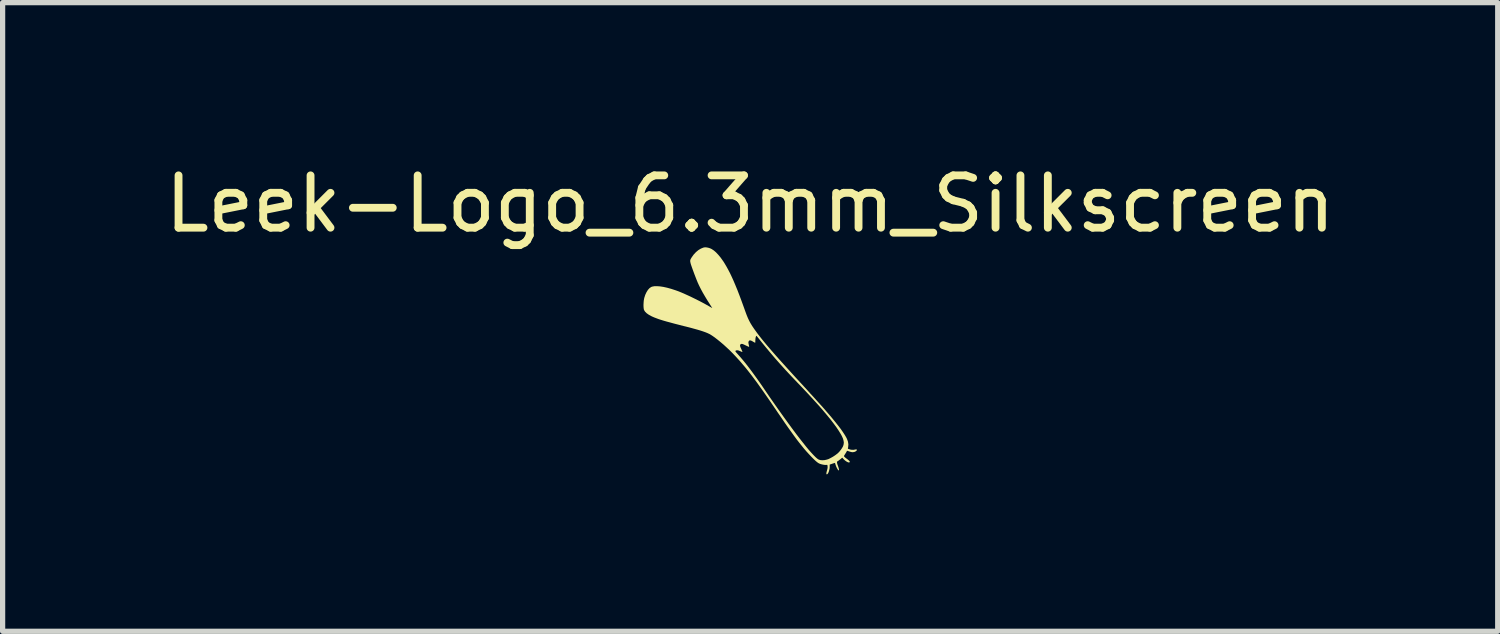
<source format=kicad_pcb>
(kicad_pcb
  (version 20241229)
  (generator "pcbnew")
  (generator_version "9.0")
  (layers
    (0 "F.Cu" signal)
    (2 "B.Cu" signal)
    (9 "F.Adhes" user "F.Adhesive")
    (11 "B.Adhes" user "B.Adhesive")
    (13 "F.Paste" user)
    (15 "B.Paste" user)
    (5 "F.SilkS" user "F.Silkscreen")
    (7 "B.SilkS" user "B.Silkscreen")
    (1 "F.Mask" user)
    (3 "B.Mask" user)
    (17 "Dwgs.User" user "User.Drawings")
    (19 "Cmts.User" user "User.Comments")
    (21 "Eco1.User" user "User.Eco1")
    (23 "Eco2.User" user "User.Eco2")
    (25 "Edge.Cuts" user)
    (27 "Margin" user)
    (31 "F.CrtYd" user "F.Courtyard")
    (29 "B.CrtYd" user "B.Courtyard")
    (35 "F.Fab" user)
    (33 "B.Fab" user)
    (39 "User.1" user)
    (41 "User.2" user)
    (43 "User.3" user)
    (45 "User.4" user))
  (footprint "Leek-Logo_6.3mm_Silkscreen"
    (layer "F.Cu")
    (at 11.292 3.848)
    (property "Reference" "Leek-Logo_6.3mm_Silkscreen" (at 0 -3 0) (layer "F.SilkS") (effects (font (size 1 1) (thickness 0.15))))
    (attr board_only exclude_from_pos_files exclude_from_bom)
    (fp_poly (pts (xy -0.806 -2.163) (xy -0.769 -2.152) (xy -0.737 -2.137) (xy -0.696 -2.11) (xy -0.653 -2.073) (xy -0.609 -2.026) (xy -0.564 -1.972) (xy -0.521 -1.911) (xy -0.52 -1.911) (xy -0.486 -1.857) (xy -0.453 -1.801) (xy -0.42 -1.741) (xy -0.386 -1.676) (xy -0.353 -1.606) (xy -0.318 -1.529) (xy -0.283 -1.446) (xy -0.245 -1.354) (xy -0.206 -1.253) (xy -0.165 -1.143) (xy -0.121 -1.022) (xy -0.092 -0.941) (xy -0.068 -0.876) (xy -0.044 -0.818) (xy -0.019 -0.765) (xy 0.008 -0.715) (xy 0.04 -0.663) (xy 0.078 -0.607) (xy 0.11 -0.563) (xy 0.144 -0.516) (xy 0.182 -0.467) (xy 0.222 -0.416) (xy 0.267 -0.361) (xy 0.315 -0.303) (xy 0.368 -0.241) (xy 0.426 -0.174) (xy 0.49 -0.101) (xy 0.56 -0.022) (xy 0.637 0.063) (xy 0.721 0.156) (xy 0.812 0.256) (xy 0.873 0.323) (xy 0.954 0.411) (xy 1.027 0.49) (xy 1.093 0.562) (xy 1.151 0.627) (xy 1.204 0.684) (xy 1.251 0.736) (xy 1.293 0.783) (xy 1.331 0.825) (xy 1.365 0.862) (xy 1.389 0.889) (xy 1.474 0.987) (xy 1.551 1.077) (xy 1.619 1.16) (xy 1.679 1.235) (xy 1.731 1.303) (xy 1.774 1.365) (xy 1.81 1.42) (xy 1.839 1.47) (xy 1.851 1.495) (xy 1.869 1.545) (xy 1.877 1.597) (xy 1.873 1.647) (xy 1.872 1.654) (xy 1.868 1.671) (xy 1.869 1.679) (xy 1.876 1.685) (xy 1.882 1.687) (xy 1.929 1.7) (xy 1.974 1.702) (xy 1.996 1.698) (xy 2.018 1.694) (xy 2.031 1.694) (xy 2.038 1.697) (xy 2.04 1.706) (xy 2.033 1.718) (xy 2.019 1.729) (xy 2.002 1.739) (xy 1.994 1.741) (xy 1.972 1.746) (xy 1.952 1.747) (xy 1.929 1.743) (xy 1.9 1.735) (xy 1.896 1.733) (xy 1.851 1.719) (xy 1.842 1.738) (xy 1.833 1.753) (xy 1.82 1.774) (xy 1.811 1.789) (xy 1.799 1.807) (xy 1.794 1.818) (xy 1.794 1.825) (xy 1.799 1.832) (xy 1.8 1.834) (xy 1.81 1.844) (xy 1.827 1.858) (xy 1.848 1.874) (xy 1.854 1.878) (xy 1.881 1.9) (xy 1.898 1.917) (xy 1.905 1.929) (xy 1.902 1.938) (xy 1.9 1.939) (xy 1.892 1.943) (xy 1.882 1.943) (xy 1.868 1.939) (xy 1.847 1.929) (xy 1.825 1.915) (xy 1.802 1.896) (xy 1.788 1.882) (xy 1.76 1.851) (xy 1.727 1.879) (xy 1.707 1.894) (xy 1.688 1.909) (xy 1.675 1.917) (xy 1.666 1.923) (xy 1.66 1.93) (xy 1.659 1.941) (xy 1.661 1.956) (xy 1.667 1.979) (xy 1.678 2.01) (xy 1.681 2.018) (xy 1.689 2.043) (xy 1.695 2.065) (xy 1.698 2.081) (xy 1.698 2.084) (xy 1.696 2.095) (xy 1.69 2.095) (xy 1.681 2.087) (xy 1.67 2.072) (xy 1.659 2.052) (xy 1.647 2.028) (xy 1.637 2.002) (xy 1.63 1.981) (xy 1.625 1.965) (xy 1.622 1.954) (xy 1.621 1.952) (xy 1.615 1.953) (xy 1.6 1.957) (xy 1.579 1.964) (xy 1.57 1.967) (xy 1.52 1.984) (xy 1.52 2.025) (xy 1.518 2.057) (xy 1.511 2.09) (xy 1.502 2.121) (xy 1.491 2.146) (xy 1.483 2.158) (xy 1.47 2.17) (xy 1.461 2.17) (xy 1.456 2.161) (xy 1.456 2.15) (xy 1.459 2.131) (xy 1.465 2.108) (xy 1.468 2.098) (xy 1.476 2.067) (xy 1.48 2.043) (xy 1.48 2.023) (xy 1.479 2.016) (xy 1.477 1.998) (xy 1.473 1.99) (xy 1.466 1.988) (xy 1.459 1.99) (xy 1.434 1.991) (xy 1.403 1.987) (xy 1.369 1.98) (xy 1.336 1.97) (xy 1.317 1.962) (xy 1.299 1.952) (xy 1.28 1.938) (xy 1.258 1.92) (xy 1.232 1.896) (xy 1.2 1.865) (xy 1.158 1.822) (xy 1.116 1.777) (xy 1.074 1.731) (xy 1.031 1.681) (xy 0.988 1.628) (xy 0.942 1.571) (xy 0.894 1.509) (xy 0.843 1.44) (xy 0.789 1.365) (xy 0.73 1.283) (xy 0.667 1.193) (xy 0.599 1.093) (xy 0.524 0.984) (xy 0.514 0.969) (xy 0.437 0.856) (xy 0.366 0.752) (xy 0.3 0.657) (xy 0.24 0.571) (xy 0.183 0.491) (xy 0.131 0.418) (xy 0.081 0.351) (xy 0.034 0.288) (xy -0.011 0.23) (xy -0.054 0.175) (xy -0.097 0.122) (xy -0.14 0.072) (xy -0.182 0.022) (xy -0.226 -0.027) (xy -0.272 -0.077) (xy -0.278 -0.084) (xy -0.332 -0.141) (xy -0.374 -0.183) (xy -0.283 -0.183) (xy -0.279 -0.175) (xy -0.27 -0.163) (xy -0.255 -0.146) (xy -0.238 -0.127) (xy -0.191 -0.074) (xy -0.144 -0.019) (xy -0.097 0.038) (xy -0.048 0.1) (xy 0.003 0.167) (xy 0.057 0.24) (xy 0.115 0.32) (xy 0.177 0.407) (xy 0.244 0.504) (xy 0.286 0.566) (xy 0.381 0.705) (xy 0.473 0.837) (xy 0.562 0.963) (xy 0.647 1.082) (xy 0.728 1.194) (xy 0.805 1.299) (xy 0.878 1.397) (xy 0.947 1.487) (xy 1.011 1.568) (xy 1.069 1.641) (xy 1.123 1.706) (xy 1.172 1.761) (xy 1.215 1.807) (xy 1.252 1.844) (xy 1.283 1.871) (xy 1.308 1.887) (xy 1.312 1.889) (xy 1.343 1.898) (xy 1.381 1.901) (xy 1.424 1.898) (xy 1.467 1.888) (xy 1.498 1.878) (xy 1.538 1.858) (xy 1.583 1.833) (xy 1.627 1.804) (xy 1.665 1.775) (xy 1.675 1.767) (xy 1.702 1.74) (xy 1.728 1.708) (xy 1.752 1.674) (xy 1.771 1.642) (xy 1.778 1.626) (xy 1.787 1.593) (xy 1.79 1.559) (xy 1.784 1.523) (xy 1.772 1.482) (xy 1.751 1.436) (xy 1.729 1.396) (xy 1.692 1.336) (xy 1.647 1.269) (xy 1.594 1.197) (xy 1.533 1.118) (xy 1.463 1.033) (xy 1.385 0.94) (xy 1.298 0.841) (xy 1.202 0.735) (xy 1.097 0.621) (xy 0.983 0.5) (xy 0.907 0.421) (xy 0.788 0.296) (xy 0.677 0.177) (xy 0.573 0.062) (xy 0.473 -0.051) (xy 0.378 -0.163) (xy 0.284 -0.276) (xy 0.228 -0.345) (xy 0.201 -0.379) (xy 0.176 -0.41) (xy 0.155 -0.436) (xy 0.138 -0.457) (xy 0.127 -0.471) (xy 0.122 -0.476) (xy 0.117 -0.477) (xy 0.111 -0.467) (xy 0.105 -0.45) (xy 0.101 -0.428) (xy 0.099 -0.403) (xy 0.098 -0.391) (xy 0.098 -0.369) (xy 0.097 -0.352) (xy 0.095 -0.345) (xy 0.095 -0.345) (xy 0.088 -0.348) (xy 0.074 -0.355) (xy 0.055 -0.366) (xy 0.049 -0.37) (xy 0.021 -0.385) (xy -0.000368 -0.391) (xy -0.015 -0.389) (xy -0.026 -0.378) (xy -0.03 -0.37) (xy -0.034 -0.357) (xy -0.034 -0.342) (xy -0.03 -0.32) (xy -0.028 -0.311) (xy -0.023 -0.29) (xy -0.021 -0.274) (xy -0.02 -0.267) (xy -0.021 -0.267) (xy -0.027 -0.268) (xy -0.042 -0.274) (xy -0.063 -0.284) (xy -0.089 -0.296) (xy -0.089 -0.296) (xy -0.118 -0.31) (xy -0.139 -0.319) (xy -0.153 -0.323) (xy -0.164 -0.324) (xy -0.171 -0.322) (xy -0.186 -0.315) (xy -0.193 -0.303) (xy -0.194 -0.286) (xy -0.187 -0.261) (xy -0.172 -0.229) (xy -0.172 -0.228) (xy -0.161 -0.204) (xy -0.153 -0.185) (xy -0.149 -0.172) (xy -0.149 -0.169) (xy -0.156 -0.17) (xy -0.17 -0.175) (xy -0.19 -0.184) (xy -0.19 -0.184) (xy -0.225 -0.198) (xy -0.252 -0.202) (xy -0.273 -0.197) (xy -0.278 -0.193) (xy -0.282 -0.188) (xy -0.283 -0.183) (xy -0.374 -0.183) (xy -0.39 -0.199) (xy -0.45 -0.255) (xy -0.51 -0.31) (xy -0.569 -0.36) (xy -0.627 -0.407) (xy -0.68 -0.448) (xy -0.729 -0.482) (xy -0.772 -0.509) (xy -0.791 -0.518) (xy -0.821 -0.532) (xy -0.856 -0.546) (xy -0.898 -0.561) (xy -0.946 -0.577) (xy -1.003 -0.594) (xy -1.068 -0.612) (xy -1.144 -0.633) (xy -1.23 -0.655) (xy -1.268 -0.664) (xy -1.365 -0.689) (xy -1.451 -0.711) (xy -1.527 -0.732) (xy -1.595 -0.75) (xy -1.654 -0.767) (xy -1.706 -0.783) (xy -1.752 -0.798) (xy -1.792 -0.813) (xy -1.829 -0.827) (xy -1.862 -0.841) (xy -1.894 -0.856) (xy -1.894 -0.856) (xy -1.942 -0.883) (xy -1.981 -0.911) (xy -2.01 -0.94) (xy -2.028 -0.969) (xy -2.031 -0.975) (xy -2.036 -0.999) (xy -2.039 -1.031) (xy -2.04 -1.069) (xy -2.038 -1.109) (xy -2.035 -1.149) (xy -2.029 -1.184) (xy -2.025 -1.203) (xy -2.006 -1.262) (xy -1.982 -1.313) (xy -1.955 -1.356) (xy -1.925 -1.389) (xy -1.893 -1.411) (xy -1.875 -1.418) (xy -1.834 -1.426) (xy -1.783 -1.427) (xy -1.725 -1.423) (xy -1.659 -1.413) (xy -1.587 -1.397) (xy -1.511 -1.376) (xy -1.431 -1.35) (xy -1.394 -1.337) (xy -1.32 -1.308) (xy -1.238 -1.272) (xy -1.15 -1.232) (xy -1.06 -1.188) (xy -0.968 -1.142) (xy -0.877 -1.094) (xy -0.79 -1.045) (xy -0.73 -1.011) (xy -0.727 -1.009) (xy -0.727 -1.011) (xy -0.729 -1.016) (xy -0.736 -1.026) (xy -0.747 -1.043) (xy -0.763 -1.068) (xy -0.774 -1.086) (xy -0.822 -1.161) (xy -0.867 -1.236) (xy -0.909 -1.308) (xy -0.946 -1.377) (xy -0.977 -1.439) (xy -1.003 -1.495) (xy -1.008 -1.508) (xy -1.027 -1.554) (xy -1.046 -1.603) (xy -1.065 -1.652) (xy -1.083 -1.701) (xy -1.1 -1.747) (xy -1.115 -1.789) (xy -1.127 -1.824) (xy -1.136 -1.851) (xy -1.14 -1.868) (xy -1.146 -1.894) (xy -1.147 -1.915) (xy -1.143 -1.934) (xy -1.133 -1.954) (xy -1.117 -1.98) (xy -1.117 -1.981) (xy -1.079 -2.033) (xy -1.036 -2.079) (xy -0.99 -2.117) (xy -0.943 -2.145) (xy -0.897 -2.164) (xy -0.872 -2.169) (xy -0.842 -2.169)) (stroke (width 0) (type solid)) (fill yes) (layer "F.SilkS")))
  (gr_rect
    (start -3 -3)
    (end 25.583 9.019)
    (stroke (width 0.1) (type default))
    (fill no)
    (layer "Edge.Cuts")))
</source>
